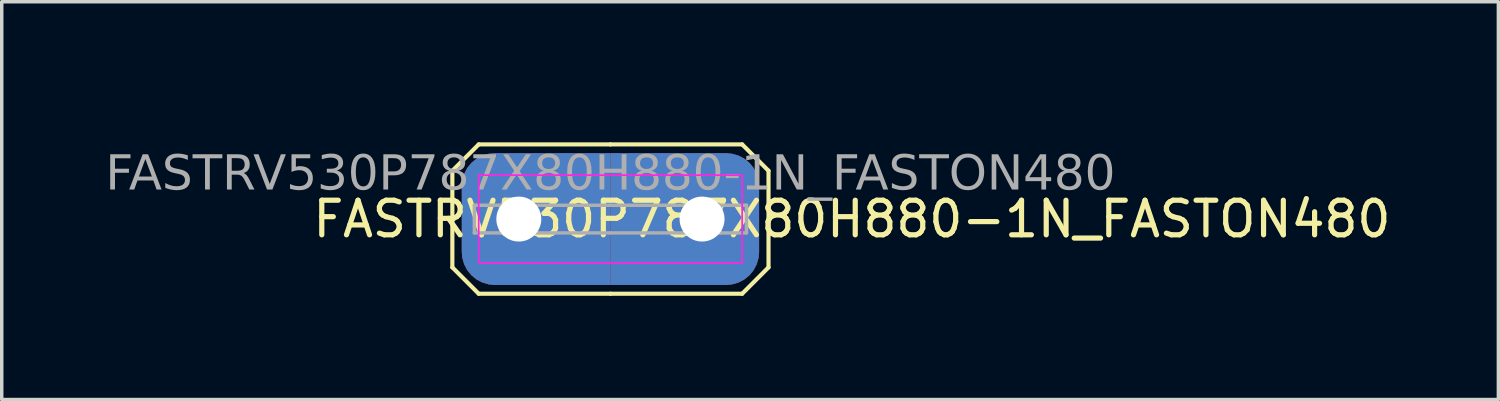
<source format=kicad_pcb>
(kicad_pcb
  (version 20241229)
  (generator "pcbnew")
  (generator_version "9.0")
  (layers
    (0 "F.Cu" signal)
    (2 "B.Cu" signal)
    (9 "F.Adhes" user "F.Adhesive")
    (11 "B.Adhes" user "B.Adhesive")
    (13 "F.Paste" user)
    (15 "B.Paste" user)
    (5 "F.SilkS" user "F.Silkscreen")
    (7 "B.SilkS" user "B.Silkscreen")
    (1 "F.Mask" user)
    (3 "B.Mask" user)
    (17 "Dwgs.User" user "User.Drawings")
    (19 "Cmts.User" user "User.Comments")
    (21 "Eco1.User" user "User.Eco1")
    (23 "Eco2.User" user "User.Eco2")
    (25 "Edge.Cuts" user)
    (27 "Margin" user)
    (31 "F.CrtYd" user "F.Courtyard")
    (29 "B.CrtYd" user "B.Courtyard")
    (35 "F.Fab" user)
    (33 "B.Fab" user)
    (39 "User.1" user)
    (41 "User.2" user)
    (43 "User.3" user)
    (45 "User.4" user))
  (footprint "FASTRV530P787X80H880-1N_FASTON480"
    (layer "F.Cu")
    (at 14.605 3.286)
    (property "Reference" "FASTRV530P787X80H880-1N_FASTON480" (at 6.985 0 0) (unlocked yes) (layer "F.SilkS") (effects (font (size 1 1) (thickness 0.15))))
    (property "Label" "" (at 0 -3.175 0) (layer "F.SilkS" knockout) (effects (font (face "Tahoma") (size 1 1) (thickness 0.2) (bold yes))))
    (attr through_hole)
    (fp_line (start -4.572 -1.397) (end -4.572 0) (stroke (width 0.12) (type solid)) (layer "F.SilkS"))
    (fp_line (start -4.572 -1.397) (end -3.81 -2.159) (stroke (width 0.12) (type solid)) (layer "F.SilkS"))
    (fp_line (start -4.572 1.397) (end -4.572 0) (stroke (width 0.12) (type solid)) (layer "F.SilkS"))
    (fp_line (start -4.572 1.397) (end -3.81 2.159) (stroke (width 0.12) (type solid)) (layer "F.SilkS"))
    (fp_line (start -3.81 -2.159) (end 0 -2.159) (stroke (width 0.12) (type solid)) (layer "F.SilkS"))
    (fp_line (start -3.81 2.159) (end 0 2.159) (stroke (width 0.12) (type solid)) (layer "F.SilkS"))
    (fp_line (start 3.81 -2.159) (end 0 -2.159) (stroke (width 0.12) (type solid)) (layer "F.SilkS"))
    (fp_line (start 3.81 2.159) (end 0 2.159) (stroke (width 0.12) (type solid)) (layer "F.SilkS"))
    (fp_line (start 4.572 -1.397) (end 3.81 -2.159) (stroke (width 0.12) (type solid)) (layer "F.SilkS"))
    (fp_line (start 4.572 -1.397) (end 4.572 0) (stroke (width 0.12) (type solid)) (layer "F.SilkS"))
    (fp_line (start 4.572 1.397) (end 3.81 2.159) (stroke (width 0.12) (type solid)) (layer "F.SilkS"))
    (fp_line (start 4.572 1.397) (end 4.572 0) (stroke (width 0.12) (type solid)) (layer "F.SilkS"))
    (fp_rect (start -3.81 -1.27) (end 3.81 1.27) (stroke (width 0.05) (type default)) (fill no) (layer "F.CrtYd"))
    (fp_line (start -3.935 0) (end -3.935 -0.4) (stroke (width 0.1) (type solid)) (layer "F.Fab"))
    (fp_line (start -3.935 0) (end -3.935 0.4) (stroke (width 0.1) (type solid)) (layer "F.Fab"))
    (fp_line (start -3.175 0) (end -3.175 -0.4) (stroke (width 0.1) (type solid)) (layer "F.Fab"))
    (fp_line (start -3.175 0) (end -3.175 0.4) (stroke (width 0.1) (type solid)) (layer "F.Fab"))
    (fp_line (start 0 -0.4) (end -3.935 -0.4) (stroke (width 0.1) (type solid)) (layer "F.Fab"))
    (fp_line (start 0 -0.4) (end 3.935 -0.4) (stroke (width 0.1) (type solid)) (layer "F.Fab"))
    (fp_line (start 0 0.4) (end -3.935 0.4) (stroke (width 0.1) (type solid)) (layer "F.Fab"))
    (fp_line (start 0 0.4) (end 3.935 0.4) (stroke (width 0.1) (type solid)) (layer "F.Fab"))
    (fp_line (start 3.175 0) (end 3.175 -0.4) (stroke (width 0.1) (type solid)) (layer "F.Fab"))
    (fp_line (start 3.175 0) (end 3.175 0.4) (stroke (width 0.1) (type solid)) (layer "F.Fab"))
    (fp_line (start 3.935 0) (end 3.935 -0.4) (stroke (width 0.1) (type solid)) (layer "F.Fab"))
    (fp_line (start 3.935 0) (end 3.935 0.4) (stroke (width 0.1) (type solid)) (layer "F.Fab"))
    (fp_text user "${REFERENCE}" (at 0 -1.27 0) (layer "F.Fab") (effects (font (face "Tahoma") (size 1 1) (thickness 0.15))))
    (pad "1" thru_hole roundrect (at -2.65 0) (size 4.3 3.81) (drill 1.3 (offset 0.5 0)) (layers "*.Cu" "*.Mask") (remove_unused_layers yes) (keep_end_layers yes) (zone_layer_connections) (roundrect_rratio 0.25) (chamfer_ratio 0) (chamfer top_right bottom_right))
    (pad "1" thru_hole roundrect (at 2.65 0 180) (size 4.3 3.81) (drill 1.3 (offset 0.5 0)) (layers "*.Cu" "*.Mask") (remove_unused_layers yes) (keep_end_layers yes) (zone_layer_connections) (roundrect_rratio 0.25) (chamfer_ratio 0) (chamfer top_right bottom_right)))
  (gr_rect
    (start -3 -3)
    (end 40.286 8.505)
    (stroke (width 0.1) (type default))
    (fill no)
    (layer "Edge.Cuts")))
</source>
